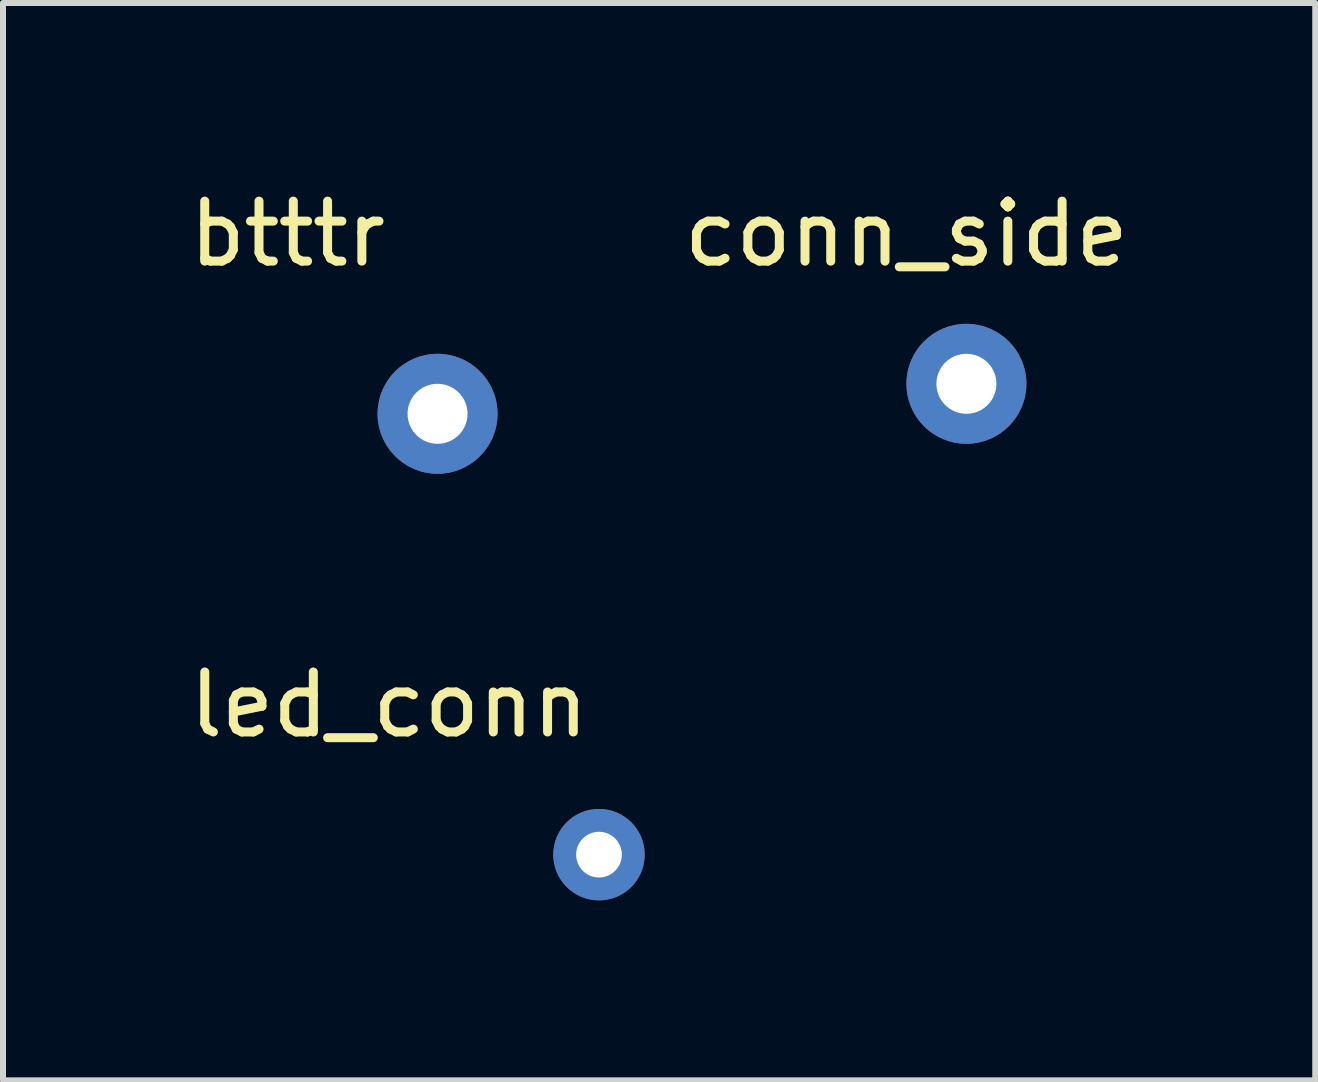
<source format=kicad_pcb>
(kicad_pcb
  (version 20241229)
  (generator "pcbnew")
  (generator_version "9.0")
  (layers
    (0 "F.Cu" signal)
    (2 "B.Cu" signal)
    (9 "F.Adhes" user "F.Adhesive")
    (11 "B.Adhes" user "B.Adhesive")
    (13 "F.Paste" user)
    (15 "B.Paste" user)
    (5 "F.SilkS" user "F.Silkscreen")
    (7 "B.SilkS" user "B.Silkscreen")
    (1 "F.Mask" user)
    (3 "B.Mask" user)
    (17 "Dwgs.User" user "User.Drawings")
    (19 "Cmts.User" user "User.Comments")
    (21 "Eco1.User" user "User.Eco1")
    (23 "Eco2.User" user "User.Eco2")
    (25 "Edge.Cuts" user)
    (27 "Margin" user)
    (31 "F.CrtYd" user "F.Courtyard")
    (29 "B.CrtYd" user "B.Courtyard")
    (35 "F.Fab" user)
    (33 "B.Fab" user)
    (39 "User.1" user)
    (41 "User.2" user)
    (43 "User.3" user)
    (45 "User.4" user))
  (footprint "conn_side"
    (layer "F.Cu")
    (at 13.06 3.348)
    (property "Reference" "conn_side" (at -1 -2.5 0) (unlocked yes) (layer "F.SilkS") (effects (font (size 1 1) (thickness 0.15))))
    (attr through_hole)
    (pad "1" thru_hole circle (at 0 0) (size 2 2) (drill 1) (layers "*.Cu" "*.Mask")))
  (footprint "btttr"
    (layer "F.Cu")
    (at 4.244 3.848)
    (property "Reference" "btttr" (at -2.5 -3 0) (unlocked yes) (layer "F.SilkS") (effects (font (size 1 1) (thickness 0.15))))
    (attr through_hole)
    (pad "1" thru_hole circle (at 0 0) (size 2 2) (drill 1) (layers "*.Cu" "*.Mask")))
  (footprint "led_conn"
    (layer "F.Cu")
    (at 6.935 11.197)
    (property "Reference" "led_conn" (at -3.5 -2.5 0) (unlocked yes) (layer "F.SilkS") (effects (font (size 1 1) (thickness 0.15))))
    (attr through_hole)
    (pad "1" thru_hole circle (at 0 0) (size 1.524 1.524) (drill 0.762) (layers "*.Cu" "*.Mask")))
  (gr_rect
    (start -3 -3)
    (end 18.875 14.959)
    (stroke (width 0.1) (type default))
    (fill no)
    (layer "Edge.Cuts")))
</source>
